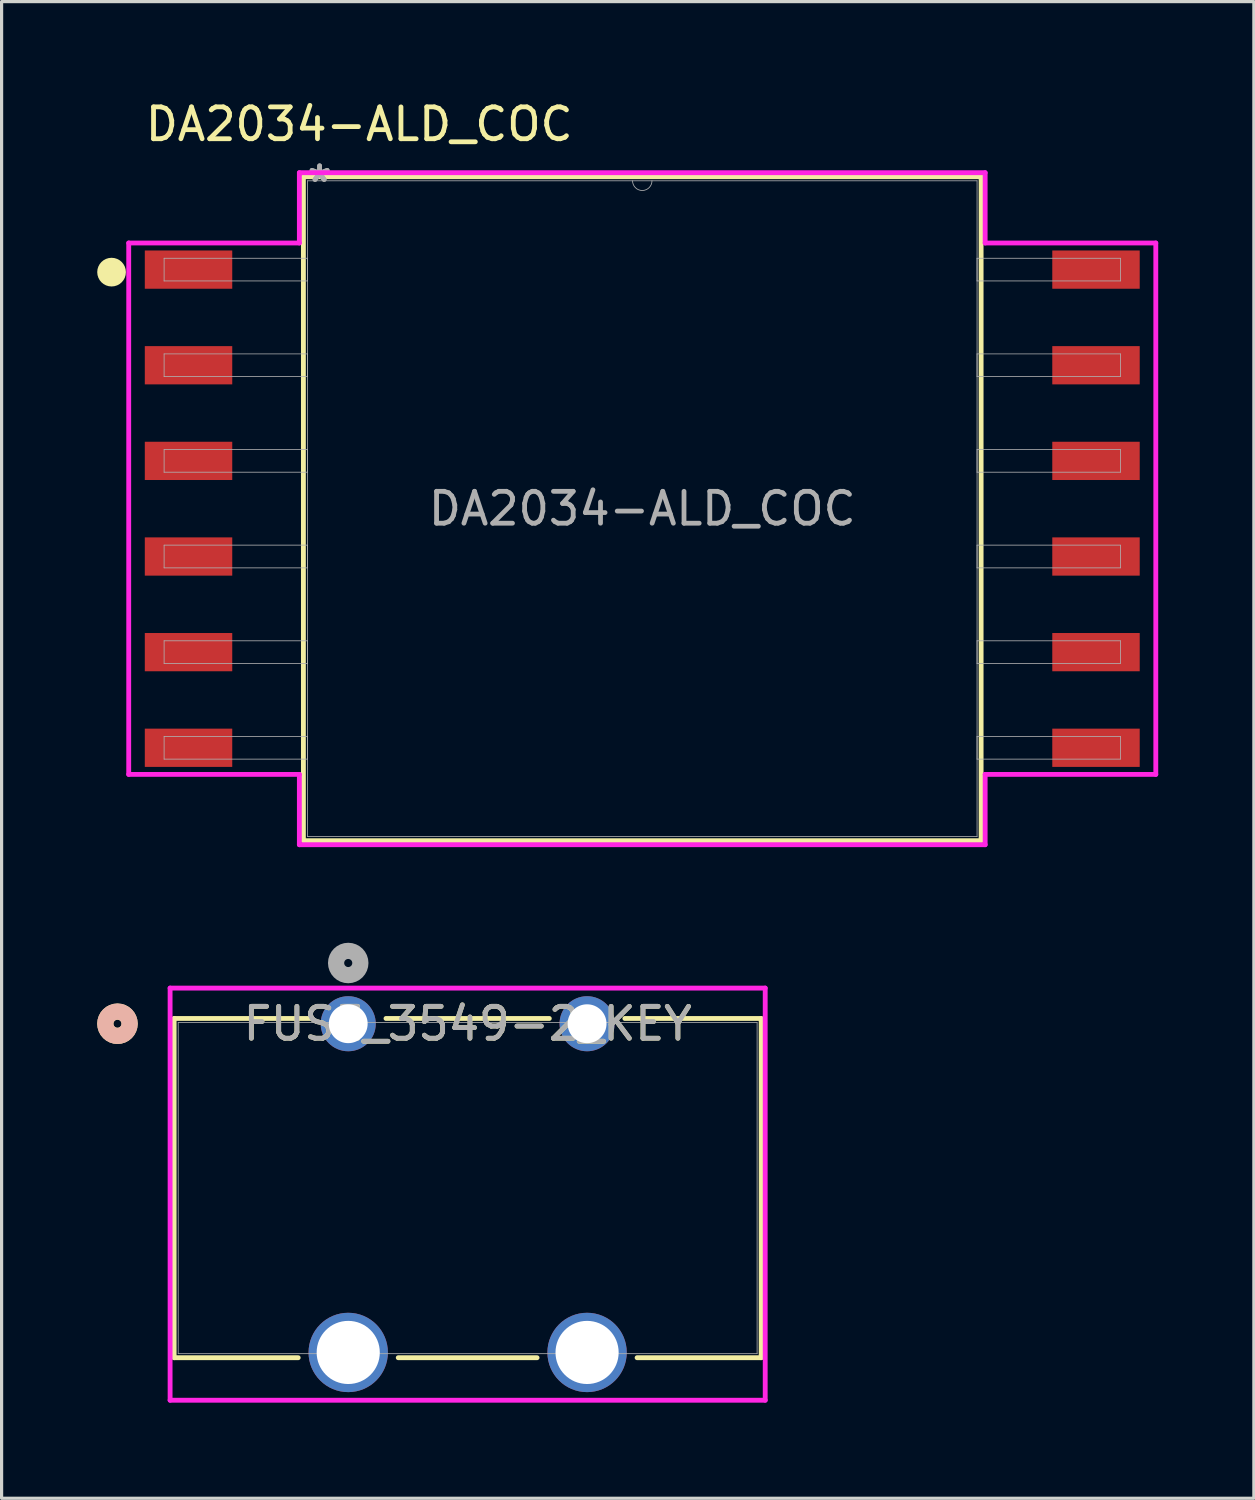
<source format=kicad_pcb>
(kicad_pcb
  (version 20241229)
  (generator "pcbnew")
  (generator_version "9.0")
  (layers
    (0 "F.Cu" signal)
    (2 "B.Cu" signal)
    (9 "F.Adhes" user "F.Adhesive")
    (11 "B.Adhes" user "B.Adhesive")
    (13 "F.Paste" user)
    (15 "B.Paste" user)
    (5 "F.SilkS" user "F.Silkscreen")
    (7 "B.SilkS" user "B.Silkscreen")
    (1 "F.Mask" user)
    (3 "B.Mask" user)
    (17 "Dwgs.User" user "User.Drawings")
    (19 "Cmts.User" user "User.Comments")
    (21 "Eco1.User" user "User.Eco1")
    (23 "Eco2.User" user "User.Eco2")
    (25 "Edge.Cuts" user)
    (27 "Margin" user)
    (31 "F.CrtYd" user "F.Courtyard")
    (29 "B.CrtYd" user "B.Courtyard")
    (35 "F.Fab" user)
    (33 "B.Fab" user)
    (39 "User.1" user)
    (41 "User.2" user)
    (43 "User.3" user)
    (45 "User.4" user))
  (footprint "DA2034-ALD_COC"
    (layer "F.Cu")
    (at 17.098 12.908)
    (property "Reference" "DA2034-ALD_COC" (at -8.879 -12.06 0) (unlocked yes) (layer "F.SilkS") (effects (font (size 1 1) (thickness 0.15))))
    (attr smd)
    (fp_line (start -10.63 -10.414) (end -10.63 10.414) (stroke (width 0.152) (type solid)) (layer "F.SilkS"))
    (fp_line (start -10.63 10.414) (end 10.63 10.414) (stroke (width 0.152) (type solid)) (layer "F.SilkS"))
    (fp_line (start 10.63 -10.414) (end -10.63 -10.414) (stroke (width 0.152) (type solid)) (layer "F.SilkS"))
    (fp_line (start 10.63 10.414) (end 10.63 -10.414) (stroke (width 0.152) (type solid)) (layer "F.SilkS"))
    (fp_circle (center -16.648 -7.421) (end -16.248 -7.421) (stroke (width 0.1) (type solid)) (fill yes) (layer "F.SilkS"))
    (fp_line (start -16.11 -8.335) (end -10.757 -8.335) (stroke (width 0.152) (type solid)) (layer "F.CrtYd"))
    (fp_line (start -16.11 8.335) (end -16.11 -8.335) (stroke (width 0.152) (type solid)) (layer "F.CrtYd"))
    (fp_line (start -16.11 8.335) (end -10.757 8.335) (stroke (width 0.152) (type solid)) (layer "F.CrtYd"))
    (fp_line (start -10.757 -10.541) (end 10.757 -10.541) (stroke (width 0.152) (type solid)) (layer "F.CrtYd"))
    (fp_line (start -10.757 -8.335) (end -10.757 -10.541) (stroke (width 0.152) (type solid)) (layer "F.CrtYd"))
    (fp_line (start -10.757 8.335) (end -10.757 10.541) (stroke (width 0.152) (type solid)) (layer "F.CrtYd"))
    (fp_line (start 10.757 -8.335) (end 10.757 -10.541) (stroke (width 0.152) (type solid)) (layer "F.CrtYd"))
    (fp_line (start 10.757 8.335) (end 10.757 10.541) (stroke (width 0.152) (type solid)) (layer "F.CrtYd"))
    (fp_line (start 10.757 10.541) (end -10.757 10.541) (stroke (width 0.152) (type solid)) (layer "F.CrtYd"))
    (fp_line (start 16.11 -8.335) (end 10.757 -8.335) (stroke (width 0.152) (type solid)) (layer "F.CrtYd"))
    (fp_line (start 16.11 8.335) (end 10.757 8.335) (stroke (width 0.152) (type solid)) (layer "F.CrtYd"))
    (fp_line (start 16.11 8.335) (end 16.11 -8.335) (stroke (width 0.152) (type solid)) (layer "F.CrtYd"))
    (fp_line (start -15 -7.856) (end -15 -7.144) (stroke (width 0.025) (type solid)) (layer "F.Fab"))
    (fp_line (start -15 -7.144) (end -10.503 -7.144) (stroke (width 0.025) (type solid)) (layer "F.Fab"))
    (fp_line (start -15 -4.856) (end -15 -4.144) (stroke (width 0.025) (type solid)) (layer "F.Fab"))
    (fp_line (start -15 -4.144) (end -10.503 -4.144) (stroke (width 0.025) (type solid)) (layer "F.Fab"))
    (fp_line (start -15 -1.856) (end -15 -1.144) (stroke (width 0.025) (type solid)) (layer "F.Fab"))
    (fp_line (start -15 -1.144) (end -10.503 -1.144) (stroke (width 0.025) (type solid)) (layer "F.Fab"))
    (fp_line (start -15 1.144) (end -15 1.856) (stroke (width 0.025) (type solid)) (layer "F.Fab"))
    (fp_line (start -15 1.856) (end -10.503 1.856) (stroke (width 0.025) (type solid)) (layer "F.Fab"))
    (fp_line (start -15 4.144) (end -15 4.856) (stroke (width 0.025) (type solid)) (layer "F.Fab"))
    (fp_line (start -15 4.856) (end -10.503 4.856) (stroke (width 0.025) (type solid)) (layer "F.Fab"))
    (fp_line (start -15 7.144) (end -15 7.856) (stroke (width 0.025) (type solid)) (layer "F.Fab"))
    (fp_line (start -15 7.856) (end -10.503 7.856) (stroke (width 0.025) (type solid)) (layer "F.Fab"))
    (fp_line (start -10.503 -10.287) (end -10.503 10.287) (stroke (width 0.025) (type solid)) (layer "F.Fab"))
    (fp_line (start -10.503 -7.856) (end -15 -7.856) (stroke (width 0.025) (type solid)) (layer "F.Fab"))
    (fp_line (start -10.503 -7.144) (end -10.503 -7.856) (stroke (width 0.025) (type solid)) (layer "F.Fab"))
    (fp_line (start -10.503 -4.856) (end -15 -4.856) (stroke (width 0.025) (type solid)) (layer "F.Fab"))
    (fp_line (start -10.503 -4.144) (end -10.503 -4.856) (stroke (width 0.025) (type solid)) (layer "F.Fab"))
    (fp_line (start -10.503 -1.856) (end -15 -1.856) (stroke (width 0.025) (type solid)) (layer "F.Fab"))
    (fp_line (start -10.503 -1.144) (end -10.503 -1.856) (stroke (width 0.025) (type solid)) (layer "F.Fab"))
    (fp_line (start -10.503 1.144) (end -15 1.144) (stroke (width 0.025) (type solid)) (layer "F.Fab"))
    (fp_line (start -10.503 1.856) (end -10.503 1.144) (stroke (width 0.025) (type solid)) (layer "F.Fab"))
    (fp_line (start -10.503 4.144) (end -15 4.144) (stroke (width 0.025) (type solid)) (layer "F.Fab"))
    (fp_line (start -10.503 4.856) (end -10.503 4.144) (stroke (width 0.025) (type solid)) (layer "F.Fab"))
    (fp_line (start -10.503 7.144) (end -15 7.144) (stroke (width 0.025) (type solid)) (layer "F.Fab"))
    (fp_line (start -10.503 7.856) (end -10.503 7.144) (stroke (width 0.025) (type solid)) (layer "F.Fab"))
    (fp_line (start -10.503 10.287) (end 10.503 10.287) (stroke (width 0.025) (type solid)) (layer "F.Fab"))
    (fp_line (start 10.503 -10.287) (end -10.503 -10.287) (stroke (width 0.025) (type solid)) (layer "F.Fab"))
    (fp_line (start 10.503 -7.856) (end 10.503 -7.144) (stroke (width 0.025) (type solid)) (layer "F.Fab"))
    (fp_line (start 10.503 -7.144) (end 15 -7.144) (stroke (width 0.025) (type solid)) (layer "F.Fab"))
    (fp_line (start 10.503 -4.856) (end 10.503 -4.144) (stroke (width 0.025) (type solid)) (layer "F.Fab"))
    (fp_line (start 10.503 -4.144) (end 15 -4.144) (stroke (width 0.025) (type solid)) (layer "F.Fab"))
    (fp_line (start 10.503 -1.856) (end 10.503 -1.144) (stroke (width 0.025) (type solid)) (layer "F.Fab"))
    (fp_line (start 10.503 -1.144) (end 15 -1.144) (stroke (width 0.025) (type solid)) (layer "F.Fab"))
    (fp_line (start 10.503 1.144) (end 10.503 1.856) (stroke (width 0.025) (type solid)) (layer "F.Fab"))
    (fp_line (start 10.503 1.856) (end 15 1.856) (stroke (width 0.025) (type solid)) (layer "F.Fab"))
    (fp_line (start 10.503 4.144) (end 10.503 4.856) (stroke (width 0.025) (type solid)) (layer "F.Fab"))
    (fp_line (start 10.503 4.856) (end 15 4.856) (stroke (width 0.025) (type solid)) (layer "F.Fab"))
    (fp_line (start 10.503 7.144) (end 10.503 7.856) (stroke (width 0.025) (type solid)) (layer "F.Fab"))
    (fp_line (start 10.503 7.856) (end 15 7.856) (stroke (width 0.025) (type solid)) (layer "F.Fab"))
    (fp_line (start 10.503 10.287) (end 10.503 -10.287) (stroke (width 0.025) (type solid)) (layer "F.Fab"))
    (fp_line (start 15 -7.856) (end 10.503 -7.856) (stroke (width 0.025) (type solid)) (layer "F.Fab"))
    (fp_line (start 15 -7.144) (end 15 -7.856) (stroke (width 0.025) (type solid)) (layer "F.Fab"))
    (fp_line (start 15 -4.856) (end 10.503 -4.856) (stroke (width 0.025) (type solid)) (layer "F.Fab"))
    (fp_line (start 15 -4.144) (end 15 -4.856) (stroke (width 0.025) (type solid)) (layer "F.Fab"))
    (fp_line (start 15 -1.856) (end 10.503 -1.856) (stroke (width 0.025) (type solid)) (layer "F.Fab"))
    (fp_line (start 15 -1.144) (end 15 -1.856) (stroke (width 0.025) (type solid)) (layer "F.Fab"))
    (fp_line (start 15 1.144) (end 10.503 1.144) (stroke (width 0.025) (type solid)) (layer "F.Fab"))
    (fp_line (start 15 1.856) (end 15 1.144) (stroke (width 0.025) (type solid)) (layer "F.Fab"))
    (fp_line (start 15 4.144) (end 10.503 4.144) (stroke (width 0.025) (type solid)) (layer "F.Fab"))
    (fp_line (start 15 4.856) (end 15 4.144) (stroke (width 0.025) (type solid)) (layer "F.Fab"))
    (fp_line (start 15 7.144) (end 10.503 7.144) (stroke (width 0.025) (type solid)) (layer "F.Fab"))
    (fp_line (start 15 7.856) (end 15 7.144) (stroke (width 0.025) (type solid)) (layer "F.Fab"))
    (fp_arc (start 0.3048 -10.287) (mid 0 -9.9822) (end -0.3048 -10.287) (stroke (width 0.0254) (type solid)) (layer "F.Fab"))
    (fp_text user "*" (at -10.122 -10.211 0) (layer "F.Fab") (effects (font (size 1 1) (thickness 0.15))))
    (fp_text user "${REFERENCE}" (at 0 0 0) (unlocked yes) (layer "F.Fab") (effects (font (size 1 1) (thickness 0.15))))
    (fp_text user "*" (at -10.122 -10.211 0) (unlocked yes) (layer "F.Fab") (effects (font (size 1 1) (thickness 0.15))))
    (pad "1" smd rect (at -14.234 -7.5) (size 2.743 1.2) (layers "F.Cu" "F.Mask" "F.Paste"))
    (pad "2" smd rect (at -14.234 -4.5) (size 2.743 1.2) (layers "F.Cu" "F.Mask" "F.Paste"))
    (pad "3" smd rect (at -14.234 -1.5) (size 2.743 1.2) (layers "F.Cu" "F.Mask" "F.Paste"))
    (pad "4" smd rect (at -14.234 1.5) (size 2.743 1.2) (layers "F.Cu" "F.Mask" "F.Paste"))
    (pad "5" smd rect (at -14.234 4.5) (size 2.743 1.2) (layers "F.Cu" "F.Mask" "F.Paste"))
    (pad "6" smd rect (at -14.234 7.5) (size 2.743 1.2) (layers "F.Cu" "F.Mask" "F.Paste"))
    (pad "7" smd rect (at 14.234 7.5) (size 2.743 1.2) (layers "F.Cu" "F.Mask" "F.Paste"))
    (pad "8" smd rect (at 14.234 4.5) (size 2.743 1.2) (layers "F.Cu" "F.Mask" "F.Paste"))
    (pad "9" smd rect (at 14.234 1.5) (size 2.743 1.2) (layers "F.Cu" "F.Mask" "F.Paste"))
    (pad "10" smd rect (at 14.234 -1.5) (size 2.743 1.2) (layers "F.Cu" "F.Mask" "F.Paste"))
    (pad "11" smd rect (at 14.234 -4.5) (size 2.743 1.2) (layers "F.Cu" "F.Mask" "F.Paste"))
    (pad "12" smd rect (at 14.234 -7.5) (size 2.743 1.2) (layers "F.Cu" "F.Mask" "F.Paste")))
  (footprint "FUSE_3549-2_KEY"
    (layer "F.Cu")
    (at 7.874 29.065)
    (property "Reference" "FUSE_3549-2_KEY" (at 3.747 0 0) (unlocked yes) (layer "F.SilkS") (effects (font (size 1 1) (thickness 0.15))))
    (attr through_hole)
    (fp_line (start -5.461 -0.165) (end -5.461 10.477) (stroke (width 0.152) (type solid)) (layer "F.SilkS"))
    (fp_line (start -5.461 10.477) (end -1.569 10.477) (stroke (width 0.152) (type solid)) (layer "F.SilkS"))
    (fp_line (start -1.185 -0.165) (end -5.461 -0.165) (stroke (width 0.152) (type solid)) (layer "F.SilkS"))
    (fp_line (start 1.569 10.477) (end 5.924 10.477) (stroke (width 0.152) (type solid)) (layer "F.SilkS"))
    (fp_line (start 6.308 -0.165) (end 1.185 -0.165) (stroke (width 0.152) (type solid)) (layer "F.SilkS"))
    (fp_line (start 9.062 10.477) (end 12.954 10.477) (stroke (width 0.152) (type solid)) (layer "F.SilkS"))
    (fp_line (start 12.954 -0.165) (end 8.678 -0.165) (stroke (width 0.152) (type solid)) (layer "F.SilkS"))
    (fp_line (start 12.954 10.477) (end 12.954 -0.165) (stroke (width 0.152) (type solid)) (layer "F.SilkS"))
    (fp_circle (center -7.239 0) (end -6.858 0) (stroke (width 0.508) (type solid)) (fill no) (layer "F.SilkS"))
    (fp_circle (center -7.239 0) (end -6.858 0) (stroke (width 0.508) (type solid)) (fill no) (layer "B.SilkS"))
    (fp_line (start -5.588 -1.118) (end -5.588 11.811) (stroke (width 0.152) (type solid)) (layer "F.CrtYd"))
    (fp_line (start -5.588 11.811) (end 13.081 11.811) (stroke (width 0.152) (type solid)) (layer "F.CrtYd"))
    (fp_line (start 13.081 -1.118) (end -5.588 -1.118) (stroke (width 0.152) (type solid)) (layer "F.CrtYd"))
    (fp_line (start 13.081 11.811) (end 13.081 -1.118) (stroke (width 0.152) (type solid)) (layer "F.CrtYd"))
    (fp_line (start -5.334 -0.038) (end -5.334 10.351) (stroke (width 0.025) (type solid)) (layer "F.Fab"))
    (fp_line (start -5.334 10.351) (end 12.827 10.351) (stroke (width 0.025) (type solid)) (layer "F.Fab"))
    (fp_line (start 12.827 -0.038) (end -5.334 -0.038) (stroke (width 0.025) (type solid)) (layer "F.Fab"))
    (fp_line (start 12.827 10.351) (end 12.827 -0.038) (stroke (width 0.025) (type solid)) (layer "F.Fab"))
    (fp_circle (center 0 -1.905) (end 0.381 -1.905) (stroke (width 0.508) (type solid)) (fill no) (layer "F.Fab"))
    (fp_text user "${REFERENCE}" (at 3.747 0 0) (unlocked yes) (layer "F.Fab") (effects (font (size 1 1) (thickness 0.15))))
    (pad "1" thru_hole circle (at 0 0) (size 1.727 1.727) (drill 1.219) (layers "*.Cu" "*.Mask"))
    (pad "2" thru_hole circle (at 0 10.312) (size 2.489 2.489) (drill 1.981) (layers "*.Cu" "*.Mask"))
    (pad "3" thru_hole circle (at 7.493 10.312) (size 2.489 2.489) (drill 1.981) (layers "*.Cu" "*.Mask"))
    (pad "4" thru_hole circle (at 7.493 0) (size 1.727 1.727) (drill 1.219) (layers "*.Cu" "*.Mask")))
  (gr_rect
    (start -3 -3)
    (end 36.284 43.952)
    (stroke (width 0.1) (type default))
    (fill no)
    (layer "Edge.Cuts")))
</source>
